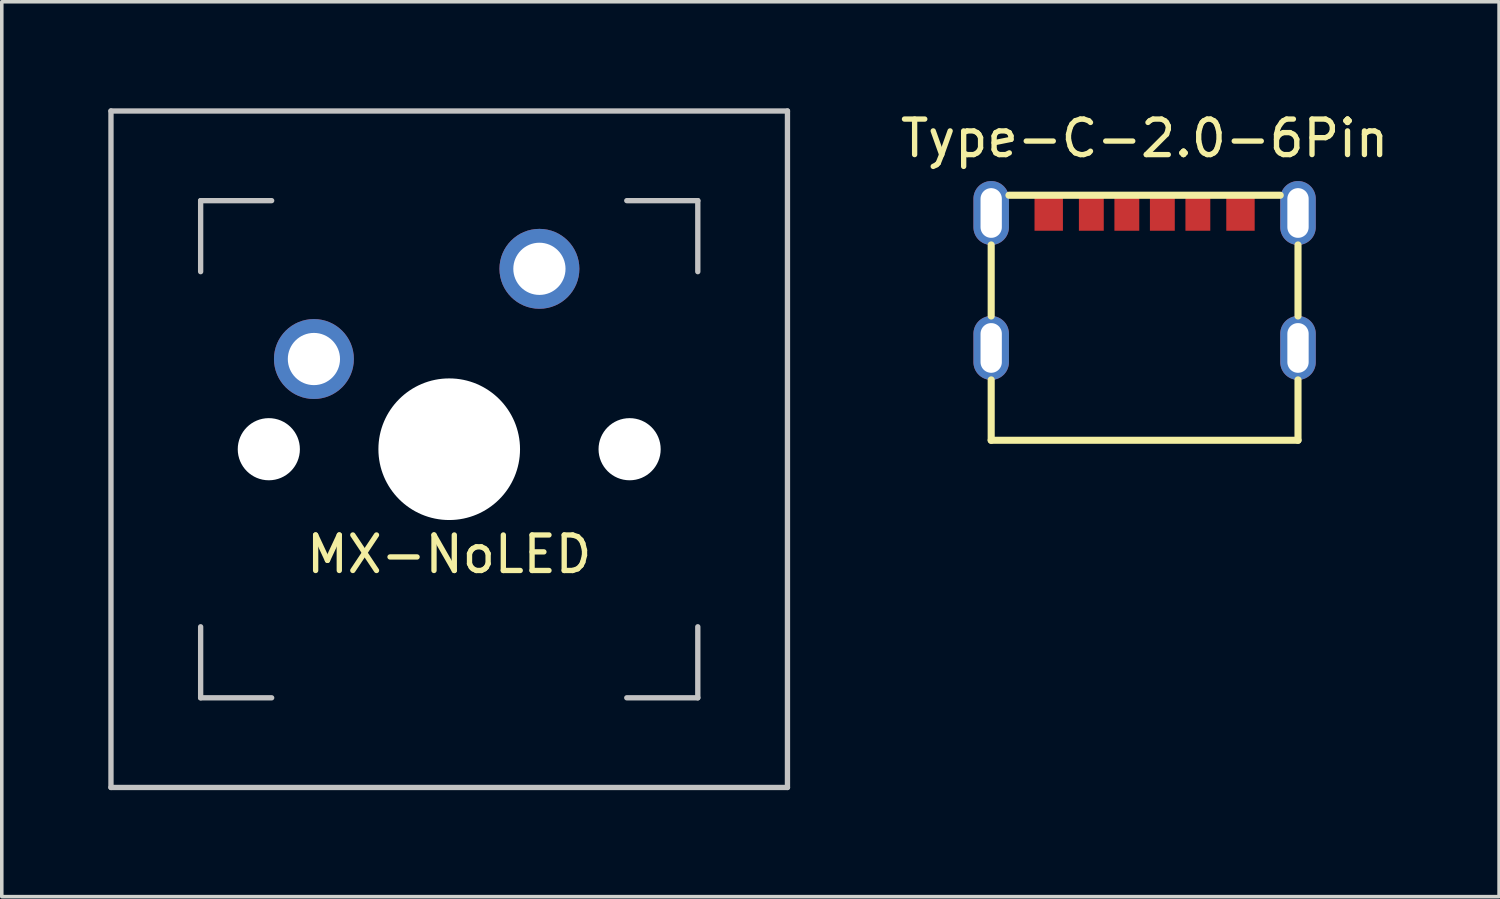
<source format=kicad_pcb>
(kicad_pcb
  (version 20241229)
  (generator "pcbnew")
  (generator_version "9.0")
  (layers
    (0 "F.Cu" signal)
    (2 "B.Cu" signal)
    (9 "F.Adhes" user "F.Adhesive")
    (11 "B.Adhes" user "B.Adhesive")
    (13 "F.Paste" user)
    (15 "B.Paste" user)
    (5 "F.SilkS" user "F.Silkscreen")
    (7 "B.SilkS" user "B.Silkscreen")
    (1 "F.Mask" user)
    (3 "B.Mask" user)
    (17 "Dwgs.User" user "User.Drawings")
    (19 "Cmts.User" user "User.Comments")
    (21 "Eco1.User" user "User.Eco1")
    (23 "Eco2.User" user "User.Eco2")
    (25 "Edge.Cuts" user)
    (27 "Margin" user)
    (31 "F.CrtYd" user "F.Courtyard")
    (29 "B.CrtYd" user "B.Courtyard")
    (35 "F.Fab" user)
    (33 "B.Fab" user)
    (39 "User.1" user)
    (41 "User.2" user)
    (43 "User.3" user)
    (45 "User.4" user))
  (footprint "Type-C-2.0-6Pin"
    (layer "F.Cu")
    (at 29.182 4.848)
    (property "Reference" "Type-C-2.0-6Pin" (at 0 -4 0) (unlocked yes) (layer "F.SilkS") (effects (font (size 1 1) (thickness 0.15))))
    (attr smd)
    (fp_line (start -4.32 1) (end -4.32 -1) (stroke (width 0.2) (type solid)) (layer "F.SilkS"))
    (fp_line (start -4.32 4.5) (end -4.32 2.8) (stroke (width 0.2) (type solid)) (layer "F.SilkS"))
    (fp_line (start 3.82 -2.4) (end -3.82 -2.4) (stroke (width 0.2) (type solid)) (layer "F.SilkS"))
    (fp_line (start 4.32 -1) (end 4.32 1) (stroke (width 0.2) (type solid)) (layer "F.SilkS"))
    (fp_line (start 4.32 2.8) (end 4.32 4.5) (stroke (width 0.2) (type solid)) (layer "F.SilkS"))
    (fp_line (start 4.32 4.5) (end -4.32 4.5) (stroke (width 0.2) (type solid)) (layer "F.SilkS"))
    (pad "A5" smd rect (at -0.5 -1.9) (size 0.7 1) (layers "F.Cu" "F.Mask" "F.Paste"))
    (pad "A9" smd rect (at 1.5 -1.9) (size 0.7 1) (layers "F.Cu" "F.Mask" "F.Paste"))
    (pad "A12" smd rect (at 2.7 -1.9) (size 0.8 1) (layers "F.Cu" "F.Mask" "F.Paste"))
    (pad "B5" smd rect (at 0.5 -1.9) (size 0.7 1) (layers "F.Cu" "F.Mask" "F.Paste"))
    (pad "B9" smd rect (at -1.5 -1.9) (size 0.7 1) (layers "F.Cu" "F.Mask" "F.Paste"))
    (pad "B12" smd rect (at -2.7 -1.9) (size 0.8 1) (layers "F.Cu" "F.Mask" "F.Paste"))
    (pad "MP" thru_hole oval (at -4.32 -1.9 180) (size 1 1.8) (drill oval 0.6 1.4) (layers "*.Cu" "*.Mask"))
    (pad "MP" thru_hole oval (at -4.32 1.9 180) (size 1 1.8) (drill oval 0.6 1.4) (layers "*.Cu" "*.Mask"))
    (pad "MP" thru_hole oval (at 4.32 -1.9 180) (size 1 1.8) (drill oval 0.6 1.4) (layers "*.Cu" "*.Mask"))
    (pad "MP" thru_hole oval (at 4.32 1.9 180) (size 1 1.8) (drill oval 0.6 1.4) (layers "*.Cu" "*.Mask")))
  (footprint "MX-NoLED"
    (layer "F.Cu")
    (at 5.79 7.06)
    (property "Reference" "MX-NoLED" (at 3.81 5.5 0) (unlocked yes) (layer "F.SilkS") (effects (font (size 1 1) (thickness 0.15))))
    (attr through_hole)
    (fp_line (start -5.715 -6.985) (end 13.335 -6.985) (stroke (width 0.15) (type solid)) (layer "Dwgs.User"))
    (fp_line (start -5.715 12.065) (end -5.715 -6.985) (stroke (width 0.15) (type solid)) (layer "Dwgs.User"))
    (fp_line (start -3.19 -4.46) (end -3.19 -2.46) (stroke (width 0.15) (type solid)) (layer "Dwgs.User"))
    (fp_line (start -3.19 7.54) (end -3.19 9.54) (stroke (width 0.15) (type solid)) (layer "Dwgs.User"))
    (fp_line (start -3.19 9.54) (end -1.19 9.54) (stroke (width 0.15) (type solid)) (layer "Dwgs.User"))
    (fp_line (start -1.19 -4.46) (end -3.19 -4.46) (stroke (width 0.15) (type solid)) (layer "Dwgs.User"))
    (fp_line (start 8.81 -4.46) (end 10.81 -4.46) (stroke (width 0.15) (type solid)) (layer "Dwgs.User"))
    (fp_line (start 8.81 9.54) (end 10.81 9.54) (stroke (width 0.15) (type solid)) (layer "Dwgs.User"))
    (fp_line (start 10.81 -4.46) (end 10.81 -2.46) (stroke (width 0.15) (type solid)) (layer "Dwgs.User"))
    (fp_line (start 10.81 9.54) (end 10.81 7.54) (stroke (width 0.15) (type solid)) (layer "Dwgs.User"))
    (fp_line (start 13.335 -6.985) (end 13.335 12.065) (stroke (width 0.15) (type solid)) (layer "Dwgs.User"))
    (fp_line (start 13.335 12.065) (end -5.715 12.065) (stroke (width 0.15) (type solid)) (layer "Dwgs.User"))
    (pad "" np_thru_hole circle (at -1.27 2.54 48.1) (size 1.75 1.75) (drill 1.75) (layers "*.Cu" "*.Mask"))
    (pad "" np_thru_hole circle (at 3.81 2.54) (size 3.988 3.988) (drill 3.988) (layers "*.Cu" "*.Mask"))
    (pad "" np_thru_hole circle (at 8.89 2.54 48.1) (size 1.75 1.75) (drill 1.75) (layers "*.Cu" "*.Mask"))
    (pad "1" thru_hole circle (at 0 0) (size 2.25 2.25) (drill 1.47) (layers "*.Cu" "B.Mask"))
    (pad "2" thru_hole circle (at 6.35 -2.54) (size 2.25 2.25) (drill 1.47) (layers "*.Cu" "B.Mask")))
  (gr_rect
    (start -3 -3)
    (end 39.164 22.2)
    (stroke (width 0.1) (type default))
    (fill no)
    (layer "Edge.Cuts")))
</source>
